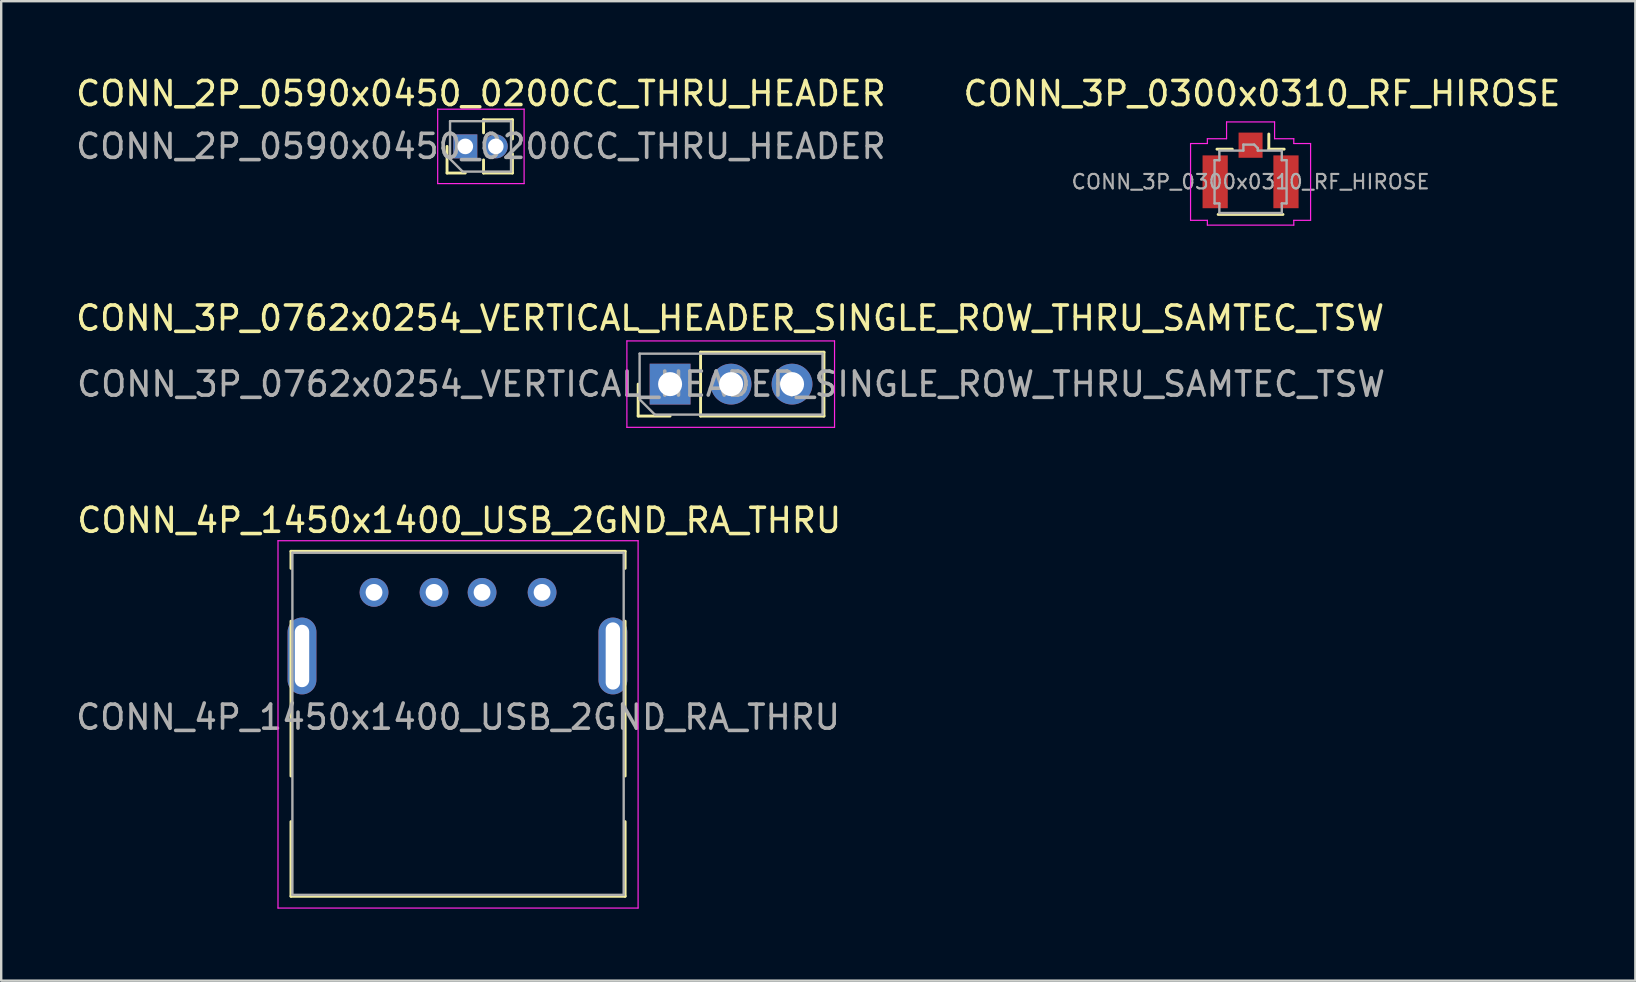
<source format=kicad_pcb>
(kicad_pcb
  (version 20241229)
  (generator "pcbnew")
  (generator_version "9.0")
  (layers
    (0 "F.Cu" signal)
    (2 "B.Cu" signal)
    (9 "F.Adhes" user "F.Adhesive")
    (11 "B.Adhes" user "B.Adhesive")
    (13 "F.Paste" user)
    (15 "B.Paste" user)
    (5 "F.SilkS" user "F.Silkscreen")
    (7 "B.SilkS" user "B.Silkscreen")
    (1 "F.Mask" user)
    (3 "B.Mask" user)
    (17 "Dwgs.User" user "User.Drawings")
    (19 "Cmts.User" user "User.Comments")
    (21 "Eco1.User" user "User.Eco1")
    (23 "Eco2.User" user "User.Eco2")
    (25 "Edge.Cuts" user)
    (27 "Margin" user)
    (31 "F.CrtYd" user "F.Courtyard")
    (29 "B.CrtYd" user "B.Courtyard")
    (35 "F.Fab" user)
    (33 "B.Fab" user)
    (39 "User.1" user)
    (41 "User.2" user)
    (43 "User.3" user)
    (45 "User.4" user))
  (footprint "CONN_2P_0590x0450_0200CC_THRU_HEADER"
    (layer "F.Cu")
    (at 16.982 3.048)
    (property "Reference" "CONN_2P_0590x0450_0200CC_THRU_HEADER" (at 0 -2.2 0) (layer "F.SilkS") (effects (font (size 1 1) (thickness 0.15))))
    (attr through_hole)
    (fp_line (start -1.41 1.11) (end -1.41 0) (stroke (width 0.12) (type solid)) (layer "F.SilkS"))
    (fp_line (start -0.65 1.11) (end -1.41 1.11) (stroke (width 0.12) (type solid)) (layer "F.SilkS"))
    (fp_line (start 0.11 -1.11) (end 1.315 -1.11) (stroke (width 0.12) (type solid)) (layer "F.SilkS"))
    (fp_line (start 0.11 -0.563) (end 0.11 -1.11) (stroke (width 0.12) (type solid)) (layer "F.SilkS"))
    (fp_line (start 0.11 1.11) (end 0.11 0.563) (stroke (width 0.12) (type solid)) (layer "F.SilkS"))
    (fp_line (start 0.11 1.11) (end 1.315 1.11) (stroke (width 0.12) (type solid)) (layer "F.SilkS"))
    (fp_line (start 1.315 -0.308) (end 1.315 -1.11) (stroke (width 0.12) (type solid)) (layer "F.SilkS"))
    (fp_line (start 1.315 1.11) (end 1.315 0.308) (stroke (width 0.12) (type solid)) (layer "F.SilkS"))
    (fp_line (start -1.8 -1.55) (end -1.8 1.55) (stroke (width 0.05) (type solid)) (layer "F.CrtYd"))
    (fp_line (start -1.8 1.55) (end 1.8 1.55) (stroke (width 0.05) (type solid)) (layer "F.CrtYd"))
    (fp_line (start 1.8 -1.55) (end -1.8 -1.55) (stroke (width 0.05) (type solid)) (layer "F.CrtYd"))
    (fp_line (start 1.8 1.55) (end 1.8 -1.55) (stroke (width 0.05) (type solid)) (layer "F.CrtYd"))
    (fp_line (start -1.285 -1.05) (end 1.255 -1.05) (stroke (width 0.1) (type solid)) (layer "F.Fab"))
    (fp_line (start -1.285 0.525) (end -1.285 -1.05) (stroke (width 0.1) (type solid)) (layer "F.Fab"))
    (fp_line (start -0.76 1.05) (end -1.285 0.525) (stroke (width 0.1) (type solid)) (layer "F.Fab"))
    (fp_line (start 1.255 -1.05) (end 1.255 1.05) (stroke (width 0.1) (type solid)) (layer "F.Fab"))
    (fp_line (start 1.255 1.05) (end -0.76 1.05) (stroke (width 0.1) (type solid)) (layer "F.Fab"))
    (fp_text user "${REFERENCE}" (at 0 0 180) (layer "F.Fab") (effects (font (size 1 1) (thickness 0.15))))
    (pad "1" thru_hole rect (at -0.65 0 90) (size 1 1) (drill 0.65) (layers "*.Cu" "*.Mask"))
    (pad "2" thru_hole oval (at 0.62 0 90) (size 1 1) (drill 0.65) (layers "*.Cu" "*.Mask")))
  (footprint "CONN_4P_1450x1400_USB_2GND_RA_THRU"
    (layer "F.Cu")
    (at 16.08 26.775)
    (property "Reference" "CONN_4P_1450x1400_USB_2GND_RA_THRU" (at 0 -8.15 0) (layer "F.SilkS") (effects (font (size 1 1) (thickness 0.15))))
    (attr through_hole)
    (fp_line (start -7.01 -6.86) (end -7.01 -6.15) (stroke (width 0.12) (type solid)) (layer "F.SilkS"))
    (fp_line (start -7.01 -6.86) (end 6.91 -6.86) (stroke (width 0.12) (type solid)) (layer "F.SilkS"))
    (fp_line (start -7.01 2.5) (end -7.01 -3.95) (stroke (width 0.12) (type solid)) (layer "F.SilkS"))
    (fp_line (start -7.01 7.51) (end -7.01 4.4) (stroke (width 0.12) (type solid)) (layer "F.SilkS"))
    (fp_line (start -7.01 7.51) (end 6.91 7.51) (stroke (width 0.12) (type solid)) (layer "F.SilkS"))
    (fp_line (start 6.91 -6.86) (end 6.91 -6.15) (stroke (width 0.12) (type solid)) (layer "F.SilkS"))
    (fp_line (start 6.91 2.5) (end 6.91 -3.95) (stroke (width 0.12) (type solid)) (layer "F.SilkS"))
    (fp_line (start 6.91 7.51) (end 6.91 4.4) (stroke (width 0.12) (type solid)) (layer "F.SilkS"))
    (fp_line (start -7.55 -7.3) (end 7.45 -7.3) (stroke (width 0.05) (type solid)) (layer "F.CrtYd"))
    (fp_line (start -7.55 8) (end -7.55 -7.3) (stroke (width 0.05) (type solid)) (layer "F.CrtYd"))
    (fp_line (start 7.45 -7.3) (end 7.45 8) (stroke (width 0.05) (type solid)) (layer "F.CrtYd"))
    (fp_line (start 7.45 8) (end -7.55 8) (stroke (width 0.05) (type solid)) (layer "F.CrtYd"))
    (fp_line (start -6.95 -6.8) (end 6.85 -6.8) (stroke (width 0.1) (type solid)) (layer "F.Fab"))
    (fp_line (start -6.95 7.45) (end -6.95 -6.8) (stroke (width 0.1) (type solid)) (layer "F.Fab"))
    (fp_line (start 6.85 -6.8) (end 6.85 7.45) (stroke (width 0.1) (type solid)) (layer "F.Fab"))
    (fp_line (start 6.85 7.45) (end -6.95 7.45) (stroke (width 0.1) (type solid)) (layer "F.Fab"))
    (fp_text user "${REFERENCE}" (at -0.05 0.05 0) (layer "F.Fab") (effects (font (size 1 1) (thickness 0.15))))
    (pad "1" thru_hole circle (at -3.55 -5.15) (size 1.2 1.2) (drill 0.7) (layers "*.Cu" "*.Mask"))
    (pad "2" thru_hole circle (at -1.05 -5.15) (size 1.2 1.2) (drill 0.7) (layers "*.Cu" "*.Mask"))
    (pad "3" thru_hole circle (at 0.95 -5.15) (size 1.2 1.2) (drill 0.7) (layers "*.Cu" "*.Mask"))
    (pad "4" thru_hole circle (at 3.45 -5.15) (size 1.2 1.2) (drill 0.7) (layers "*.Cu" "*.Mask"))
    (pad "10" thru_hole oval (at -6.55 -2.5) (size 1.2 3.2) (drill oval 0.6 2.6) (layers "*.Cu" "*.Mask"))
    (pad "10" thru_hole oval (at 6.4 -2.5) (size 1.2 3.2) (drill oval 0.6 2.8) (layers "*.Cu" "*.Mask")))
  (footprint "CONN_3P_0762x0254_VERTICAL_HEADER_SINGLE_ROW_THRU_SAMTEC_TSW"
    (layer "F.Cu")
    (at 27.363 12.951)
    (property "Reference" "CONN_3P_0762x0254_VERTICAL_HEADER_SINGLE_ROW_THRU_SAMTEC_TSW" (at 0 -2.75 0) (layer "F.SilkS") (effects (font (size 1 1) (thickness 0.15))))
    (attr through_hole)
    (fp_line (start -3.83 1.33) (end -3.83 0) (stroke (width 0.12) (type solid)) (layer "F.SilkS"))
    (fp_line (start -2.5 1.33) (end -3.83 1.33) (stroke (width 0.12) (type solid)) (layer "F.SilkS"))
    (fp_line (start -1.23 -1.33) (end 3.91 -1.33) (stroke (width 0.12) (type solid)) (layer "F.SilkS"))
    (fp_line (start -1.23 1.33) (end -1.23 -1.33) (stroke (width 0.12) (type solid)) (layer "F.SilkS"))
    (fp_line (start -1.23 1.33) (end 3.91 1.33) (stroke (width 0.12) (type solid)) (layer "F.SilkS"))
    (fp_line (start 3.91 1.33) (end 3.91 -1.33) (stroke (width 0.12) (type solid)) (layer "F.SilkS"))
    (fp_line (start -4.3 -1.8) (end -4.3 1.8) (stroke (width 0.05) (type solid)) (layer "F.CrtYd"))
    (fp_line (start -4.3 1.8) (end 4.35 1.8) (stroke (width 0.05) (type solid)) (layer "F.CrtYd"))
    (fp_line (start 4.35 -1.8) (end -4.3 -1.8) (stroke (width 0.05) (type solid)) (layer "F.CrtYd"))
    (fp_line (start 4.35 1.8) (end 4.35 -1.8) (stroke (width 0.05) (type solid)) (layer "F.CrtYd"))
    (fp_line (start -3.77 -1.27) (end 3.85 -1.27) (stroke (width 0.1) (type solid)) (layer "F.Fab"))
    (fp_line (start -3.77 0.635) (end -3.77 -1.27) (stroke (width 0.1) (type solid)) (layer "F.Fab"))
    (fp_line (start -3.135 1.27) (end -3.77 0.635) (stroke (width 0.1) (type solid)) (layer "F.Fab"))
    (fp_line (start 3.85 -1.27) (end 3.85 1.27) (stroke (width 0.1) (type solid)) (layer "F.Fab"))
    (fp_line (start 3.85 1.27) (end -3.135 1.27) (stroke (width 0.1) (type solid)) (layer "F.Fab"))
    (fp_text user "${REFERENCE}" (at 0.04 0 180) (layer "F.Fab") (effects (font (size 1 1) (thickness 0.15))))
    (pad "1" thru_hole rect (at -2.5 0 90) (size 1.7 1.7) (drill 1) (layers "*.Cu" "*.Mask"))
    (pad "2" thru_hole oval (at 0.04 0 90) (size 1.7 1.7) (drill 1) (layers "*.Cu" "*.Mask"))
    (pad "3" thru_hole oval (at 2.58 0 90) (size 1.7 1.7) (drill 1) (layers "*.Cu" "*.Mask")))
  (footprint "CONN_3P_0300x0310_RF_HIROSE"
    (layer "F.Cu")
    (at 49.043 4.048)
    (property "Reference" "CONN_3P_0300x0310_RF_HIROSE" (at 0.475 -3.2 0) (layer "F.SilkS") (effects (font (size 1 1) (thickness 0.15))))
    (attr smd)
    (fp_line (start -1.4 -0.885) (end -0.76 -0.885) (stroke (width 0.12) (type solid)) (layer "F.SilkS"))
    (fp_line (start 0.76 -0.885) (end 0.76 -1.515) (stroke (width 0.12) (type solid)) (layer "F.SilkS"))
    (fp_line (start 1.35 1.835) (end -1.35 1.835) (stroke (width 0.12) (type solid)) (layer "F.SilkS"))
    (fp_line (start 1.4 -0.885) (end 0.76 -0.885) (stroke (width 0.12) (type solid)) (layer "F.SilkS"))
    (fp_line (start -2.5 -1.12) (end -1.8 -1.12) (stroke (width 0.05) (type solid)) (layer "F.CrtYd"))
    (fp_line (start -2.5 2.08) (end -2.5 -1.12) (stroke (width 0.05) (type solid)) (layer "F.CrtYd"))
    (fp_line (start -2.5 2.08) (end -1.8 2.08) (stroke (width 0.05) (type solid)) (layer "F.CrtYd"))
    (fp_line (start -1.8 -1.32) (end -1.8 -1.12) (stroke (width 0.05) (type solid)) (layer "F.CrtYd"))
    (fp_line (start -1.8 -1.32) (end -1 -1.32) (stroke (width 0.05) (type solid)) (layer "F.CrtYd"))
    (fp_line (start -1.8 2.08) (end -1.8 2.28) (stroke (width 0.05) (type solid)) (layer "F.CrtYd"))
    (fp_line (start -1.8 2.28) (end 1.8 2.28) (stroke (width 0.05) (type solid)) (layer "F.CrtYd"))
    (fp_line (start -1 -2.02) (end 1 -2.02) (stroke (width 0.05) (type solid)) (layer "F.CrtYd"))
    (fp_line (start -1 -1.32) (end -1 -2.02) (stroke (width 0.05) (type solid)) (layer "F.CrtYd"))
    (fp_line (start 1 -1.32) (end 1 -2.02) (stroke (width 0.05) (type solid)) (layer "F.CrtYd"))
    (fp_line (start 1 -1.32) (end 1.8 -1.32) (stroke (width 0.05) (type solid)) (layer "F.CrtYd"))
    (fp_line (start 1.8 -1.32) (end 1.8 -1.12) (stroke (width 0.05) (type solid)) (layer "F.CrtYd"))
    (fp_line (start 1.8 -1.12) (end 2.5 -1.12) (stroke (width 0.05) (type solid)) (layer "F.CrtYd"))
    (fp_line (start 1.8 2.08) (end 1.8 2.28) (stroke (width 0.05) (type solid)) (layer "F.CrtYd"))
    (fp_line (start 1.8 2.08) (end 2.5 2.08) (stroke (width 0.05) (type solid)) (layer "F.CrtYd"))
    (fp_line (start 2.5 2.08) (end 2.5 -1.12) (stroke (width 0.05) (type solid)) (layer "F.CrtYd"))
    (fp_line (start -1.5 -0.425) (end -1.5 1.375) (stroke (width 0.1) (type solid)) (layer "F.Fab"))
    (fp_line (start -1.5 -0.425) (end -1.3 -0.425) (stroke (width 0.1) (type solid)) (layer "F.Fab"))
    (fp_line (start -1.5 1.375) (end -1.3 1.375) (stroke (width 0.1) (type solid)) (layer "F.Fab"))
    (fp_line (start -1.3 -0.425) (end -1.3 -0.825) (stroke (width 0.1) (type solid)) (layer "F.Fab"))
    (fp_line (start -1.3 1.775) (end -1.3 1.375) (stroke (width 0.1) (type solid)) (layer "F.Fab"))
    (fp_line (start -0.3 -1.075) (end -0.3 -0.825) (stroke (width 0.1) (type solid)) (layer "F.Fab"))
    (fp_line (start -0.3 -1.075) (end 0.15 -1.075) (stroke (width 0.1) (type solid)) (layer "F.Fab"))
    (fp_line (start -0.3 -0.825) (end -1.3 -0.825) (stroke (width 0.1) (type solid)) (layer "F.Fab"))
    (fp_line (start 0.3 -0.925) (end 0.15 -1.075) (stroke (width 0.1) (type solid)) (layer "F.Fab"))
    (fp_line (start 0.3 -0.925) (end 0.3 -0.825) (stroke (width 0.1) (type solid)) (layer "F.Fab"))
    (fp_line (start 0.3 -0.825) (end 1.3 -0.825) (stroke (width 0.1) (type solid)) (layer "F.Fab"))
    (fp_line (start 1.3 -0.425) (end 1.3 -0.825) (stroke (width 0.1) (type solid)) (layer "F.Fab"))
    (fp_line (start 1.3 1.775) (end -1.3 1.775) (stroke (width 0.1) (type solid)) (layer "F.Fab"))
    (fp_line (start 1.3 1.775) (end 1.3 1.375) (stroke (width 0.1) (type solid)) (layer "F.Fab"))
    (fp_line (start 1.5 -0.425) (end 1.3 -0.425) (stroke (width 0.1) (type solid)) (layer "F.Fab"))
    (fp_line (start 1.5 -0.425) (end 1.5 1.375) (stroke (width 0.1) (type solid)) (layer "F.Fab"))
    (fp_line (start 1.5 1.375) (end 1.3 1.375) (stroke (width 0.1) (type solid)) (layer "F.Fab"))
    (fp_text user "${REFERENCE}" (at 0 0.475 0) (layer "F.Fab") (effects (font (size 0.6 0.6) (thickness 0.09))))
    (pad "1" smd rect (at 0 -1.05 270) (size 1.05 1) (layers "F.Cu" "F.Mask" "F.Paste"))
    (pad "2" smd rect (at -1.475 0.475 270) (size 2.2 1.05) (layers "F.Cu" "F.Mask" "F.Paste"))
    (pad "2" smd rect (at 1.475 0.475 270) (size 2.2 1.05) (layers "F.Cu" "F.Mask" "F.Paste")))
  (gr_rect
    (start -3 -3)
    (end 65.071 37.8)
    (stroke (width 0.1) (type default))
    (fill no)
    (layer "Edge.Cuts")))
</source>
